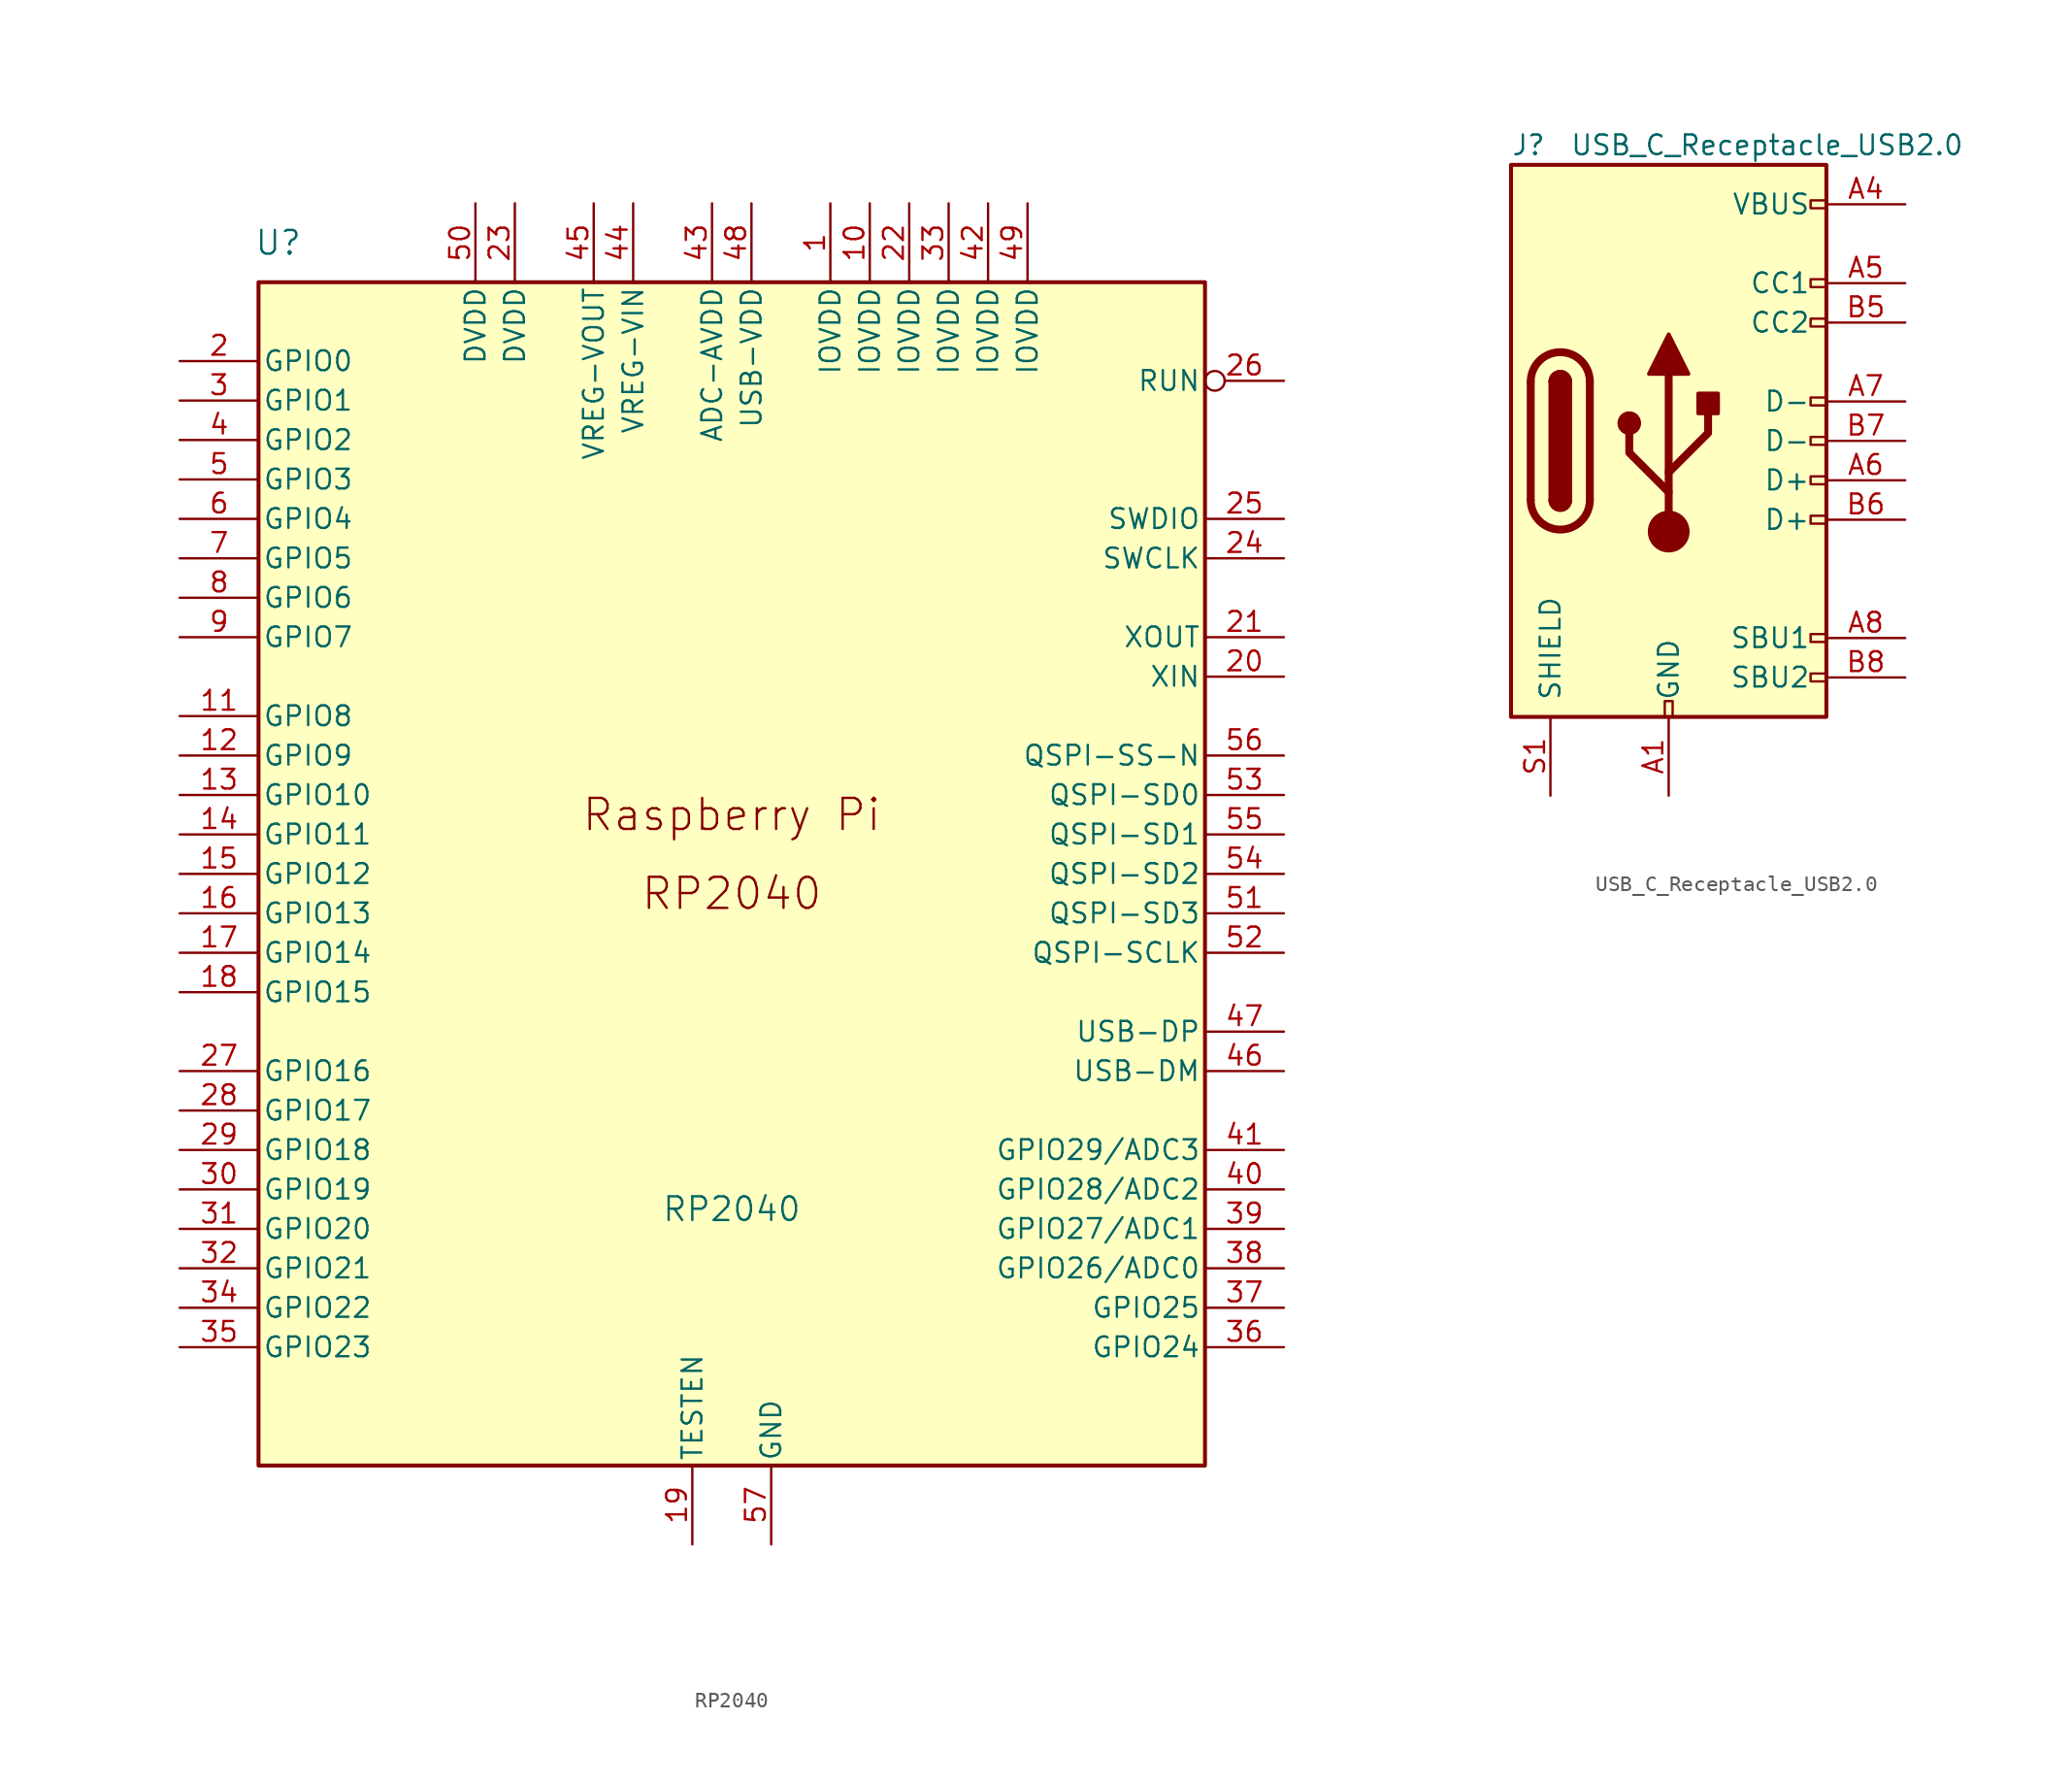
<source format=kicad_sym>
(kicad_symbol_lib
  (version 20220914)
  (generator kicad_symbol_editor)
  (symbol "RP2040"
    (pin_names
      (offset 0.254))
    (property "Reference" "U"
      (at 1.27 78.74 0)
      (effects (font (size 1.524 1.524))))
    (property "Value" "RP2040"
      (at 30.48 16.51 0)
      (effects (font (size 1.524 1.524))))
    (symbol "RP2040_0_0"
      (text "Raspberry Pi" (at 30.48 41.91 0) (effects (font (size 2 2))))
      (text "RP2040" (at 30.48 36.83 0) (effects (font (size 2 2)))))
    (symbol "RP2040_1_0"
      (rectangle (start 0 76.2) (end 60.96 0) (stroke (width 0.254) (type default)) (fill (type background))))
    (symbol "RP2040_1_1"
      (pin power_in line (at 36.83 81.28 270) (length 5.08) (name "IOVDD" (effects (font (size 1.27 1.27)))) (number "1" (effects (font (size 1.27 1.27)))))
      (pin power_in line (at 39.37 81.28 270) (length 5.08) (name "IOVDD" (effects (font (size 1.27 1.27)))) (number "10" (effects (font (size 1.27 1.27)))))
      (pin bidirectional line (at -5.08 48.26 0) (length 5.08) (name "GPIO8" (effects (font (size 1.27 1.27)))) (number "11" (effects (font (size 1.27 1.27)))))
      (pin bidirectional line (at -5.08 45.72 0) (length 5.08) (name "GPIO9" (effects (font (size 1.27 1.27)))) (number "12" (effects (font (size 1.27 1.27)))))
      (pin bidirectional line (at -5.08 43.18 0) (length 5.08) (name "GPIO10" (effects (font (size 1.27 1.27)))) (number "13" (effects (font (size 1.27 1.27)))))
      (pin bidirectional line (at -5.08 40.64 0) (length 5.08) (name "GPIO11" (effects (font (size 1.27 1.27)))) (number "14" (effects (font (size 1.27 1.27)))))
      (pin bidirectional line (at -5.08 38.1 0) (length 5.08) (name "GPIO12" (effects (font (size 1.27 1.27)))) (number "15" (effects (font (size 1.27 1.27)))))
      (pin bidirectional line (at -5.08 35.56 0) (length 5.08) (name "GPIO13" (effects (font (size 1.27 1.27)))) (number "16" (effects (font (size 1.27 1.27)))))
      (pin bidirectional line (at -5.08 33.02 0) (length 5.08) (name "GPIO14" (effects (font (size 1.27 1.27)))) (number "17" (effects (font (size 1.27 1.27)))))
      (pin bidirectional line (at -5.08 30.48 0) (length 5.08) (name "GPIO15" (effects (font (size 1.27 1.27)))) (number "18" (effects (font (size 1.27 1.27)))))
      (pin input line (at 27.94 -5.08 90) (length 5.08) (name "TESTEN" (effects (font (size 1.27 1.27)))) (number "19" (effects (font (size 1.27 1.27)))))
      (pin bidirectional line (at -5.08 71.12 0) (length 5.08) (name "GPIO0" (effects (font (size 1.27 1.27)))) (number "2" (effects (font (size 1.27 1.27)))))
      (pin bidirectional line (at 66.04 50.8 180) (length 5.08) (name "XIN" (effects (font (size 1.27 1.27)))) (number "20" (effects (font (size 1.27 1.27)))))
      (pin output line (at 66.04 53.34 180) (length 5.08) (name "XOUT" (effects (font (size 1.27 1.27)))) (number "21" (effects (font (size 1.27 1.27)))))
      (pin power_in line (at 41.91 81.28 270) (length 5.08) (name "IOVDD" (effects (font (size 1.27 1.27)))) (number "22" (effects (font (size 1.27 1.27)))))
      (pin power_in line (at 16.51 81.28 270) (length 5.08) (name "DVDD" (effects (font (size 1.27 1.27)))) (number "23" (effects (font (size 1.27 1.27)))))
      (pin unspecified line (at 66.04 58.42 180) (length 5.08) (name "SWCLK" (effects (font (size 1.27 1.27)))) (number "24" (effects (font (size 1.27 1.27)))))
      (pin unspecified line (at 66.04 60.96 180) (length 5.08) (name "SWDIO" (effects (font (size 1.27 1.27)))) (number "25" (effects (font (size 1.27 1.27)))))
      (pin input inverted (at 66.04 69.85 180) (length 5.08) (name "RUN" (effects (font (size 1.27 1.27)))) (number "26" (effects (font (size 1.27 1.27)))))
      (pin bidirectional line (at -5.08 25.4 0) (length 5.08) (name "GPIO16" (effects (font (size 1.27 1.27)))) (number "27" (effects (font (size 1.27 1.27)))))
      (pin bidirectional line (at -5.08 22.86 0) (length 5.08) (name "GPIO17" (effects (font (size 1.27 1.27)))) (number "28" (effects (font (size 1.27 1.27)))))
      (pin bidirectional line (at -5.08 20.32 0) (length 5.08) (name "GPIO18" (effects (font (size 1.27 1.27)))) (number "29" (effects (font (size 1.27 1.27)))))
      (pin bidirectional line (at -5.08 68.58 0) (length 5.08) (name "GPIO1" (effects (font (size 1.27 1.27)))) (number "3" (effects (font (size 1.27 1.27)))))
      (pin bidirectional line (at -5.08 17.78 0) (length 5.08) (name "GPIO19" (effects (font (size 1.27 1.27)))) (number "30" (effects (font (size 1.27 1.27)))))
      (pin bidirectional line (at -5.08 15.24 0) (length 5.08) (name "GPIO20" (effects (font (size 1.27 1.27)))) (number "31" (effects (font (size 1.27 1.27)))))
      (pin bidirectional line (at -5.08 12.7 0) (length 5.08) (name "GPIO21" (effects (font (size 1.27 1.27)))) (number "32" (effects (font (size 1.27 1.27)))))
      (pin power_in line (at 44.45 81.28 270) (length 5.08) (name "IOVDD" (effects (font (size 1.27 1.27)))) (number "33" (effects (font (size 1.27 1.27)))))
      (pin bidirectional line (at -5.08 10.16 0) (length 5.08) (name "GPIO22" (effects (font (size 1.27 1.27)))) (number "34" (effects (font (size 1.27 1.27)))))
      (pin bidirectional line (at -5.08 7.62 0) (length 5.08) (name "GPIO23" (effects (font (size 1.27 1.27)))) (number "35" (effects (font (size 1.27 1.27)))))
      (pin bidirectional line (at 66.04 7.62 180) (length 5.08) (name "GPIO24" (effects (font (size 1.27 1.27)))) (number "36" (effects (font (size 1.27 1.27)))))
      (pin bidirectional line (at 66.04 10.16 180) (length 5.08) (name "GPIO25" (effects (font (size 1.27 1.27)))) (number "37" (effects (font (size 1.27 1.27)))))
      (pin bidirectional line (at 66.04 12.7 180) (length 5.08) (name "GPIO26/ADC0" (effects (font (size 1.27 1.27)))) (number "38" (effects (font (size 1.27 1.27)))))
      (pin bidirectional line (at 66.04 15.24 180) (length 5.08) (name "GPIO27/ADC1" (effects (font (size 1.27 1.27)))) (number "39" (effects (font (size 1.27 1.27)))))
      (pin bidirectional line (at -5.08 66.04 0) (length 5.08) (name "GPIO2" (effects (font (size 1.27 1.27)))) (number "4" (effects (font (size 1.27 1.27)))))
      (pin bidirectional line (at 66.04 17.78 180) (length 5.08) (name "GPIO28/ADC2" (effects (font (size 1.27 1.27)))) (number "40" (effects (font (size 1.27 1.27)))))
      (pin bidirectional line (at 66.04 20.32 180) (length 5.08) (name "GPIO29/ADC3" (effects (font (size 1.27 1.27)))) (number "41" (effects (font (size 1.27 1.27)))))
      (pin power_in line (at 46.99 81.28 270) (length 5.08) (name "IOVDD" (effects (font (size 1.27 1.27)))) (number "42" (effects (font (size 1.27 1.27)))))
      (pin power_in line (at 29.21 81.28 270) (length 5.08) (name "ADC-AVDD" (effects (font (size 1.27 1.27)))) (number "43" (effects (font (size 1.27 1.27)))))
      (pin power_in line (at 24.13 81.28 270) (length 5.08) (name "VREG-VIN" (effects (font (size 1.27 1.27)))) (number "44" (effects (font (size 1.27 1.27)))))
      (pin power_out line (at 21.59 81.28 270) (length 5.08) (name "VREG-VOUT" (effects (font (size 1.27 1.27)))) (number "45" (effects (font (size 1.27 1.27)))))
      (pin bidirectional line (at 66.04 25.4 180) (length 5.08) (name "USB-DM" (effects (font (size 1.27 1.27)))) (number "46" (effects (font (size 1.27 1.27)))))
      (pin bidirectional line (at 66.04 27.94 180) (length 5.08) (name "USB-DP" (effects (font (size 1.27 1.27)))) (number "47" (effects (font (size 1.27 1.27)))))
      (pin power_in line (at 31.75 81.28 270) (length 5.08) (name "USB-VDD" (effects (font (size 1.27 1.27)))) (number "48" (effects (font (size 1.27 1.27)))))
      (pin power_in line (at 49.53 81.28 270) (length 5.08) (name "IOVDD" (effects (font (size 1.27 1.27)))) (number "49" (effects (font (size 1.27 1.27)))))
      (pin bidirectional line (at -5.08 63.5 0) (length 5.08) (name "GPIO3" (effects (font (size 1.27 1.27)))) (number "5" (effects (font (size 1.27 1.27)))))
      (pin power_in line (at 13.97 81.28 270) (length 5.08) (name "DVDD" (effects (font (size 1.27 1.27)))) (number "50" (effects (font (size 1.27 1.27)))))
      (pin bidirectional line (at 66.04 35.56 180) (length 5.08) (name "QSPI-SD3" (effects (font (size 1.27 1.27)))) (number "51" (effects (font (size 1.27 1.27)))))
      (pin bidirectional line (at 66.04 33.02 180) (length 5.08) (name "QSPI-SCLK" (effects (font (size 1.27 1.27)))) (number "52" (effects (font (size 1.27 1.27)))))
      (pin bidirectional line (at 66.04 43.18 180) (length 5.08) (name "QSPI-SD0" (effects (font (size 1.27 1.27)))) (number "53" (effects (font (size 1.27 1.27)))))
      (pin bidirectional line (at 66.04 38.1 180) (length 5.08) (name "QSPI-SD2" (effects (font (size 1.27 1.27)))) (number "54" (effects (font (size 1.27 1.27)))))
      (pin bidirectional line (at 66.04 40.64 180) (length 5.08) (name "QSPI-SD1" (effects (font (size 1.27 1.27)))) (number "55" (effects (font (size 1.27 1.27)))))
      (pin bidirectional line (at 66.04 45.72 180) (length 5.08) (name "QSPI-SS-N" (effects (font (size 1.27 1.27)))) (number "56" (effects (font (size 1.27 1.27)))))
      (pin power_in line (at 33.02 -5.08 90) (length 5.08) (name "GND" (effects (font (size 1.27 1.27)))) (number "57" (effects (font (size 1.27 1.27)))))
      (pin bidirectional line (at -5.08 60.96 0) (length 5.08) (name "GPIO4" (effects (font (size 1.27 1.27)))) (number "6" (effects (font (size 1.27 1.27)))))
      (pin bidirectional line (at -5.08 58.42 0) (length 5.08) (name "GPIO5" (effects (font (size 1.27 1.27)))) (number "7" (effects (font (size 1.27 1.27)))))
      (pin bidirectional line (at -5.08 55.88 0) (length 5.08) (name "GPIO6" (effects (font (size 1.27 1.27)))) (number "8" (effects (font (size 1.27 1.27)))))
      (pin bidirectional line (at -5.08 53.34 0) (length 5.08) (name "GPIO7" (effects (font (size 1.27 1.27)))) (number "9" (effects (font (size 1.27 1.27)))))))
  (symbol "USB_C_Receptacle_USB2.0"
    (pin_names
      (offset 1.016))
    (property "Reference" "J"
      (at -10.16 19.05 0)
      (effects (font (size 1.27 1.27)) (justify left)))
    (property "Value" "USB_C_Receptacle_USB2.0"
      (at 19.05 19.05 0)
      (effects (font (size 1.27 1.27)) (justify right)))
    (symbol "USB_C_Receptacle_USB2.0_0_0"
      (rectangle (start -0.254 -17.78) (end 0.254 -16.764) (stroke (width 0) (type default)) (fill (type none)))
      (rectangle (start 10.16 -14.986) (end 9.144 -15.494) (stroke (width 0) (type default)) (fill (type none)))
      (rectangle (start 10.16 -12.446) (end 9.144 -12.954) (stroke (width 0) (type default)) (fill (type none)))
      (rectangle (start 10.16 -4.826) (end 9.144 -5.334) (stroke (width 0) (type default)) (fill (type none)))
      (rectangle (start 10.16 -2.286) (end 9.144 -2.794) (stroke (width 0) (type default)) (fill (type none)))
      (rectangle (start 10.16 0.254) (end 9.144 -0.254) (stroke (width 0) (type default)) (fill (type none)))
      (rectangle (start 10.16 2.794) (end 9.144 2.286) (stroke (width 0) (type default)) (fill (type none)))
      (rectangle (start 10.16 7.874) (end 9.144 7.366) (stroke (width 0) (type default)) (fill (type none)))
      (rectangle (start 10.16 10.414) (end 9.144 9.906) (stroke (width 0) (type default)) (fill (type none)))
      (rectangle (start 10.16 15.494) (end 9.144 14.986) (stroke (width 0) (type default)) (fill (type none))))
    (symbol "USB_C_Receptacle_USB2.0_0_1"
      (rectangle (start -10.16 17.78) (end 10.16 -17.78) (stroke (width 0.254) (type default)) (fill (type background)))
      (arc (start -8.89 -3.81) (mid -6.985 -5.7067) (end -5.08 -3.81) (stroke (width 0.508) (type default)) (fill (type none)))
      (arc (start -7.62 -3.81) (mid -6.985 -4.4423) (end -6.35 -3.81) (stroke (width 0.254) (type default)) (fill (type none)))
      (arc (start -7.62 -3.81) (mid -6.985 -4.4423) (end -6.35 -3.81) (stroke (width 0.254) (type default)) (fill (type outline)))
      (rectangle (start -7.62 3.81) (end -6.35 -3.81) (stroke (width 0.254) (type default)) (fill (type outline)))
      (arc (start -6.35 3.81) (mid -6.985 4.4423) (end -7.62 3.81) (stroke (width 0.254) (type default)) (fill (type none)))
      (arc (start -6.35 3.81) (mid -6.985 4.4423) (end -7.62 3.81) (stroke (width 0.254) (type default)) (fill (type outline)))
      (arc (start -5.08 3.81) (mid -6.985 5.7067) (end -8.89 3.81) (stroke (width 0.508) (type default)) (fill (type none)))
      (circle (center -2.54 1.143) (radius 0.635) (stroke (width 0.254) (type default)) (fill (type outline)))
      (circle (center 0 -5.842) (radius 1.27) (stroke (width 0) (type default)) (fill (type outline)))
      (polyline (pts (xy -8.89 -3.81) (xy -8.89 3.81)) (stroke (width 0.508) (type default)) (fill (type none)))
      (polyline (pts (xy -5.08 3.81) (xy -5.08 -3.81)) (stroke (width 0.508) (type default)) (fill (type none)))
      (polyline (pts (xy 0 -5.842) (xy 0 4.318)) (stroke (width 0.508) (type default)) (fill (type none)))
      (polyline (pts (xy 0 -3.302) (xy -2.54 -0.762) (xy -2.54 0.508)) (stroke (width 0.508) (type default)) (fill (type none)))
      (polyline (pts (xy 0 -2.032) (xy 2.54 0.508) (xy 2.54 1.778)) (stroke (width 0.508) (type default)) (fill (type none)))
      (polyline (pts (xy -1.27 4.318) (xy 0 6.858) (xy 1.27 4.318) (xy -1.27 4.318)) (stroke (width 0.254) (type default)) (fill (type outline)))
      (rectangle (start 1.905 1.778) (end 3.175 3.048) (stroke (width 0.254) (type default)) (fill (type outline))))
    (symbol "USB_C_Receptacle_USB2.0_1_1"
      (pin passive line (at 0 -22.86 90) (length 5.08) (name "GND" (effects (font (size 1.27 1.27)))) (number "A1" (effects (font (size 1.27 1.27)))))
      (pin passive line (at 0 -22.86 90) (length 5.08) hide (name "GND" (effects (font (size 1.27 1.27)))) (number "A12" (effects (font (size 1.27 1.27)))))
      (pin passive line (at 15.24 15.24 180) (length 5.08) (name "VBUS" (effects (font (size 1.27 1.27)))) (number "A4" (effects (font (size 1.27 1.27)))))
      (pin bidirectional line (at 15.24 10.16 180) (length 5.08) (name "CC1" (effects (font (size 1.27 1.27)))) (number "A5" (effects (font (size 1.27 1.27)))))
      (pin bidirectional line (at 15.24 -2.54 180) (length 5.08) (name "D+" (effects (font (size 1.27 1.27)))) (number "A6" (effects (font (size 1.27 1.27)))))
      (pin bidirectional line (at 15.24 2.54 180) (length 5.08) (name "D-" (effects (font (size 1.27 1.27)))) (number "A7" (effects (font (size 1.27 1.27)))))
      (pin bidirectional line (at 15.24 -12.7 180) (length 5.08) (name "SBU1" (effects (font (size 1.27 1.27)))) (number "A8" (effects (font (size 1.27 1.27)))))
      (pin passive line (at 15.24 15.24 180) (length 5.08) hide (name "VBUS" (effects (font (size 1.27 1.27)))) (number "A9" (effects (font (size 1.27 1.27)))))
      (pin passive line (at 0 -22.86 90) (length 5.08) hide (name "GND" (effects (font (size 1.27 1.27)))) (number "B1" (effects (font (size 1.27 1.27)))))
      (pin passive line (at 0 -22.86 90) (length 5.08) hide (name "GND" (effects (font (size 1.27 1.27)))) (number "B12" (effects (font (size 1.27 1.27)))))
      (pin passive line (at 15.24 15.24 180) (length 5.08) hide (name "VBUS" (effects (font (size 1.27 1.27)))) (number "B4" (effects (font (size 1.27 1.27)))))
      (pin bidirectional line (at 15.24 7.62 180) (length 5.08) (name "CC2" (effects (font (size 1.27 1.27)))) (number "B5" (effects (font (size 1.27 1.27)))))
      (pin bidirectional line (at 15.24 -5.08 180) (length 5.08) (name "D+" (effects (font (size 1.27 1.27)))) (number "B6" (effects (font (size 1.27 1.27)))))
      (pin bidirectional line (at 15.24 0 180) (length 5.08) (name "D-" (effects (font (size 1.27 1.27)))) (number "B7" (effects (font (size 1.27 1.27)))))
      (pin bidirectional line (at 15.24 -15.24 180) (length 5.08) (name "SBU2" (effects (font (size 1.27 1.27)))) (number "B8" (effects (font (size 1.27 1.27)))))
      (pin passive line (at 15.24 15.24 180) (length 5.08) hide (name "VBUS" (effects (font (size 1.27 1.27)))) (number "B9" (effects (font (size 1.27 1.27)))))
      (pin passive line (at -7.62 -22.86 90) (length 5.08) (name "SHIELD" (effects (font (size 1.27 1.27)))) (number "S1" (effects (font (size 1.27 1.27))))))))
</source>
